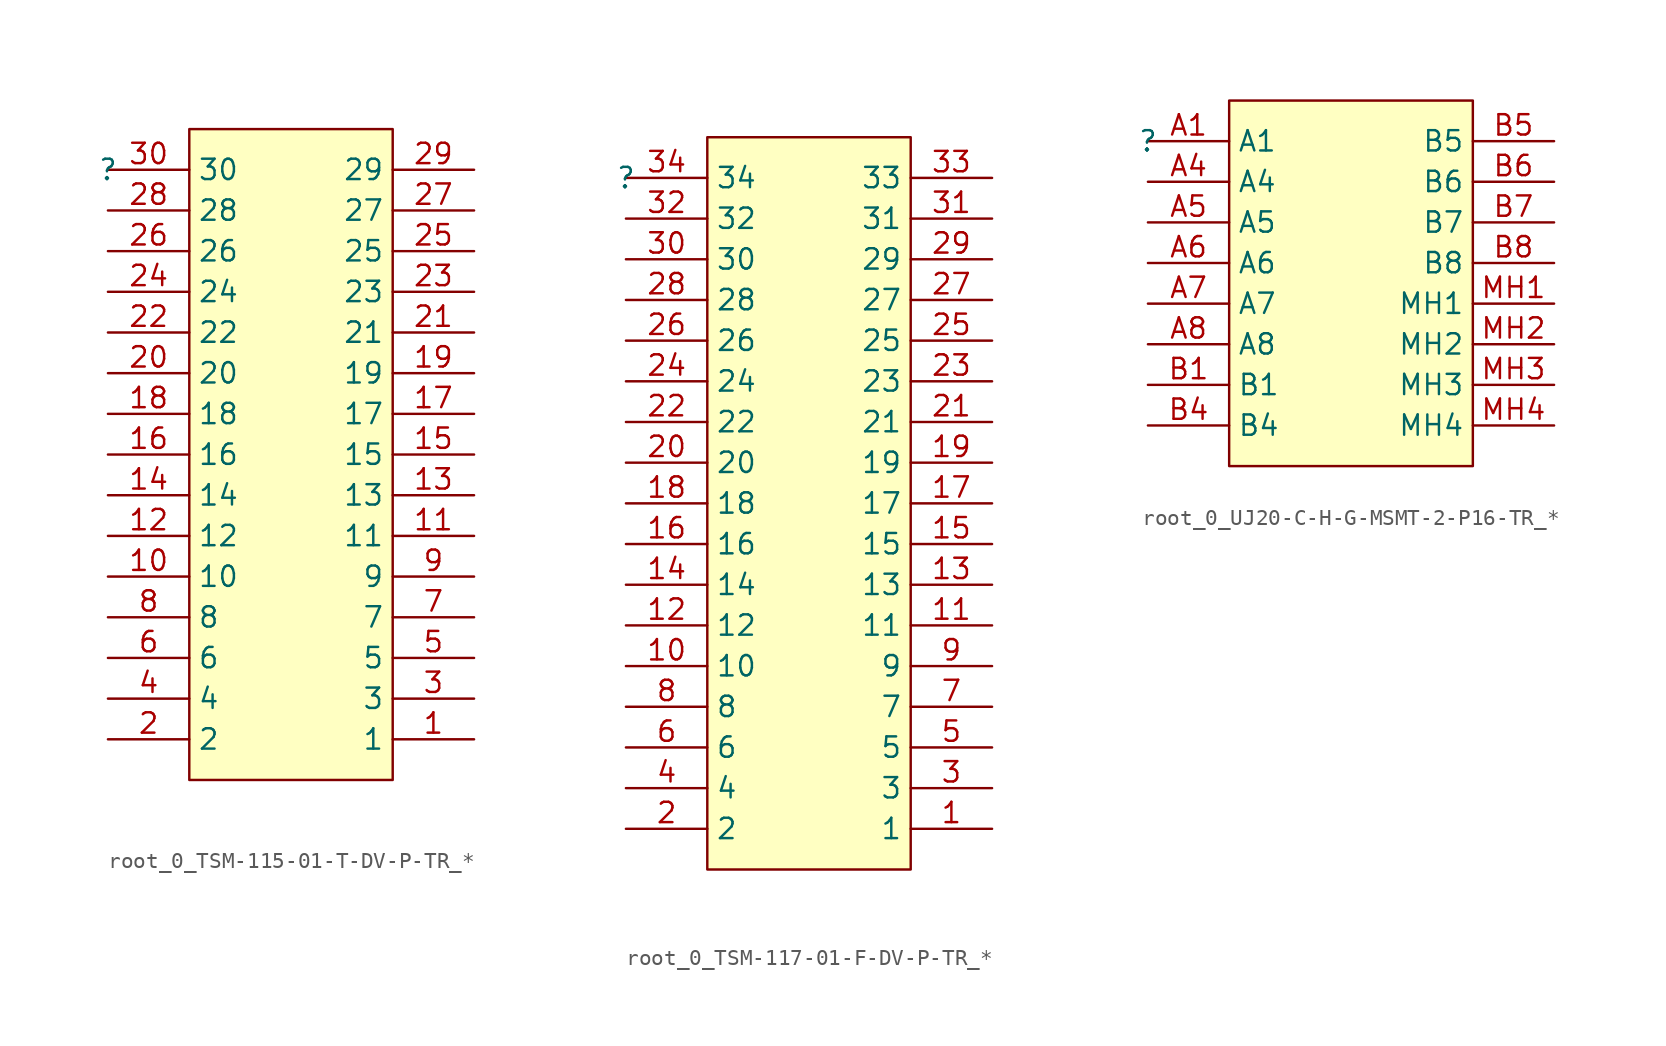
<source format=kicad_sym>
(kicad_symbol_lib
  (version 20241209)
  (generator "kicad_symbol_editor")
  (generator_version "9.0")
  (symbol "root_0_TSM-115-01-T-DV-P-TR_*"
    (property "Reference" ""
      (at 0 0 0)
      (effects (font (size 1.27 1.27))))
    (property "Value" ""
      (at 0 0 0)
      (effects (font (size 1.27 1.27))))
    (symbol "root_0_TSM-115-01-T-DV-P-TR_*_1_0"
      (rectangle (start 17.78 2.54) (end 5.08 -38.1) (stroke (width 0) (type solid) (color 128 0 0 1)) (fill (type background)))
      (pin passive line (at 0 0 0) (length 5.08) (name "30" (effects (font (size 1.27 1.27)))) (number "30" (effects (font (size 1.27 1.27)))))
      (pin passive line (at 0 -2.54 0) (length 5.08) (name "28" (effects (font (size 1.27 1.27)))) (number "28" (effects (font (size 1.27 1.27)))))
      (pin passive line (at 0 -5.08 0) (length 5.08) (name "26" (effects (font (size 1.27 1.27)))) (number "26" (effects (font (size 1.27 1.27)))))
      (pin passive line (at 0 -7.62 0) (length 5.08) (name "24" (effects (font (size 1.27 1.27)))) (number "24" (effects (font (size 1.27 1.27)))))
      (pin passive line (at 0 -10.16 0) (length 5.08) (name "22" (effects (font (size 1.27 1.27)))) (number "22" (effects (font (size 1.27 1.27)))))
      (pin passive line (at 0 -12.7 0) (length 5.08) (name "20" (effects (font (size 1.27 1.27)))) (number "20" (effects (font (size 1.27 1.27)))))
      (pin passive line (at 0 -15.24 0) (length 5.08) (name "18" (effects (font (size 1.27 1.27)))) (number "18" (effects (font (size 1.27 1.27)))))
      (pin passive line (at 0 -17.78 0) (length 5.08) (name "16" (effects (font (size 1.27 1.27)))) (number "16" (effects (font (size 1.27 1.27)))))
      (pin passive line (at 0 -20.32 0) (length 5.08) (name "14" (effects (font (size 1.27 1.27)))) (number "14" (effects (font (size 1.27 1.27)))))
      (pin passive line (at 0 -22.86 0) (length 5.08) (name "12" (effects (font (size 1.27 1.27)))) (number "12" (effects (font (size 1.27 1.27)))))
      (pin passive line (at 0 -25.4 0) (length 5.08) (name "10" (effects (font (size 1.27 1.27)))) (number "10" (effects (font (size 1.27 1.27)))))
      (pin passive line (at 0 -27.94 0) (length 5.08) (name "8" (effects (font (size 1.27 1.27)))) (number "8" (effects (font (size 1.27 1.27)))))
      (pin passive line (at 0 -30.48 0) (length 5.08) (name "6" (effects (font (size 1.27 1.27)))) (number "6" (effects (font (size 1.27 1.27)))))
      (pin passive line (at 0 -33.02 0) (length 5.08) (name "4" (effects (font (size 1.27 1.27)))) (number "4" (effects (font (size 1.27 1.27)))))
      (pin passive line (at 0 -35.56 0) (length 5.08) (name "2" (effects (font (size 1.27 1.27)))) (number "2" (effects (font (size 1.27 1.27)))))
      (pin passive line (at 22.86 0 180) (length 5.08) (name "29" (effects (font (size 1.27 1.27)))) (number "29" (effects (font (size 1.27 1.27)))))
      (pin passive line (at 22.86 -2.54 180) (length 5.08) (name "27" (effects (font (size 1.27 1.27)))) (number "27" (effects (font (size 1.27 1.27)))))
      (pin passive line (at 22.86 -5.08 180) (length 5.08) (name "25" (effects (font (size 1.27 1.27)))) (number "25" (effects (font (size 1.27 1.27)))))
      (pin passive line (at 22.86 -7.62 180) (length 5.08) (name "23" (effects (font (size 1.27 1.27)))) (number "23" (effects (font (size 1.27 1.27)))))
      (pin passive line (at 22.86 -10.16 180) (length 5.08) (name "21" (effects (font (size 1.27 1.27)))) (number "21" (effects (font (size 1.27 1.27)))))
      (pin passive line (at 22.86 -12.7 180) (length 5.08) (name "19" (effects (font (size 1.27 1.27)))) (number "19" (effects (font (size 1.27 1.27)))))
      (pin passive line (at 22.86 -15.24 180) (length 5.08) (name "17" (effects (font (size 1.27 1.27)))) (number "17" (effects (font (size 1.27 1.27)))))
      (pin passive line (at 22.86 -17.78 180) (length 5.08) (name "15" (effects (font (size 1.27 1.27)))) (number "15" (effects (font (size 1.27 1.27)))))
      (pin passive line (at 22.86 -20.32 180) (length 5.08) (name "13" (effects (font (size 1.27 1.27)))) (number "13" (effects (font (size 1.27 1.27)))))
      (pin passive line (at 22.86 -22.86 180) (length 5.08) (name "11" (effects (font (size 1.27 1.27)))) (number "11" (effects (font (size 1.27 1.27)))))
      (pin passive line (at 22.86 -25.4 180) (length 5.08) (name "9" (effects (font (size 1.27 1.27)))) (number "9" (effects (font (size 1.27 1.27)))))
      (pin passive line (at 22.86 -27.94 180) (length 5.08) (name "7" (effects (font (size 1.27 1.27)))) (number "7" (effects (font (size 1.27 1.27)))))
      (pin passive line (at 22.86 -30.48 180) (length 5.08) (name "5" (effects (font (size 1.27 1.27)))) (number "5" (effects (font (size 1.27 1.27)))))
      (pin passive line (at 22.86 -33.02 180) (length 5.08) (name "3" (effects (font (size 1.27 1.27)))) (number "3" (effects (font (size 1.27 1.27)))))
      (pin passive line (at 22.86 -35.56 180) (length 5.08) (name "1" (effects (font (size 1.27 1.27)))) (number "1" (effects (font (size 1.27 1.27)))))))
  (symbol "root_0_TSM-117-01-F-DV-P-TR_*"
    (property "Reference" ""
      (at 0 0 0)
      (effects (font (size 1.27 1.27))))
    (property "Value" ""
      (at 0 0 0)
      (effects (font (size 1.27 1.27))))
    (symbol "root_0_TSM-117-01-F-DV-P-TR_*_1_0"
      (rectangle (start 17.78 2.54) (end 5.08 -43.18) (stroke (width 0) (type solid) (color 128 0 0 1)) (fill (type background)))
      (pin passive line (at 0 0 0) (length 5.08) (name "34" (effects (font (size 1.27 1.27)))) (number "34" (effects (font (size 1.27 1.27)))))
      (pin passive line (at 0 -2.54 0) (length 5.08) (name "32" (effects (font (size 1.27 1.27)))) (number "32" (effects (font (size 1.27 1.27)))))
      (pin passive line (at 0 -5.08 0) (length 5.08) (name "30" (effects (font (size 1.27 1.27)))) (number "30" (effects (font (size 1.27 1.27)))))
      (pin passive line (at 0 -7.62 0) (length 5.08) (name "28" (effects (font (size 1.27 1.27)))) (number "28" (effects (font (size 1.27 1.27)))))
      (pin passive line (at 0 -10.16 0) (length 5.08) (name "26" (effects (font (size 1.27 1.27)))) (number "26" (effects (font (size 1.27 1.27)))))
      (pin passive line (at 0 -12.7 0) (length 5.08) (name "24" (effects (font (size 1.27 1.27)))) (number "24" (effects (font (size 1.27 1.27)))))
      (pin passive line (at 0 -15.24 0) (length 5.08) (name "22" (effects (font (size 1.27 1.27)))) (number "22" (effects (font (size 1.27 1.27)))))
      (pin passive line (at 0 -17.78 0) (length 5.08) (name "20" (effects (font (size 1.27 1.27)))) (number "20" (effects (font (size 1.27 1.27)))))
      (pin passive line (at 0 -20.32 0) (length 5.08) (name "18" (effects (font (size 1.27 1.27)))) (number "18" (effects (font (size 1.27 1.27)))))
      (pin passive line (at 0 -22.86 0) (length 5.08) (name "16" (effects (font (size 1.27 1.27)))) (number "16" (effects (font (size 1.27 1.27)))))
      (pin passive line (at 0 -25.4 0) (length 5.08) (name "14" (effects (font (size 1.27 1.27)))) (number "14" (effects (font (size 1.27 1.27)))))
      (pin passive line (at 0 -27.94 0) (length 5.08) (name "12" (effects (font (size 1.27 1.27)))) (number "12" (effects (font (size 1.27 1.27)))))
      (pin passive line (at 0 -30.48 0) (length 5.08) (name "10" (effects (font (size 1.27 1.27)))) (number "10" (effects (font (size 1.27 1.27)))))
      (pin passive line (at 0 -33.02 0) (length 5.08) (name "8" (effects (font (size 1.27 1.27)))) (number "8" (effects (font (size 1.27 1.27)))))
      (pin passive line (at 0 -35.56 0) (length 5.08) (name "6" (effects (font (size 1.27 1.27)))) (number "6" (effects (font (size 1.27 1.27)))))
      (pin passive line (at 0 -38.1 0) (length 5.08) (name "4" (effects (font (size 1.27 1.27)))) (number "4" (effects (font (size 1.27 1.27)))))
      (pin passive line (at 0 -40.64 0) (length 5.08) (name "2" (effects (font (size 1.27 1.27)))) (number "2" (effects (font (size 1.27 1.27)))))
      (pin passive line (at 22.86 0 180) (length 5.08) (name "33" (effects (font (size 1.27 1.27)))) (number "33" (effects (font (size 1.27 1.27)))))
      (pin passive line (at 22.86 -2.54 180) (length 5.08) (name "31" (effects (font (size 1.27 1.27)))) (number "31" (effects (font (size 1.27 1.27)))))
      (pin passive line (at 22.86 -5.08 180) (length 5.08) (name "29" (effects (font (size 1.27 1.27)))) (number "29" (effects (font (size 1.27 1.27)))))
      (pin passive line (at 22.86 -7.62 180) (length 5.08) (name "27" (effects (font (size 1.27 1.27)))) (number "27" (effects (font (size 1.27 1.27)))))
      (pin passive line (at 22.86 -10.16 180) (length 5.08) (name "25" (effects (font (size 1.27 1.27)))) (number "25" (effects (font (size 1.27 1.27)))))
      (pin passive line (at 22.86 -12.7 180) (length 5.08) (name "23" (effects (font (size 1.27 1.27)))) (number "23" (effects (font (size 1.27 1.27)))))
      (pin passive line (at 22.86 -15.24 180) (length 5.08) (name "21" (effects (font (size 1.27 1.27)))) (number "21" (effects (font (size 1.27 1.27)))))
      (pin passive line (at 22.86 -17.78 180) (length 5.08) (name "19" (effects (font (size 1.27 1.27)))) (number "19" (effects (font (size 1.27 1.27)))))
      (pin passive line (at 22.86 -20.32 180) (length 5.08) (name "17" (effects (font (size 1.27 1.27)))) (number "17" (effects (font (size 1.27 1.27)))))
      (pin passive line (at 22.86 -22.86 180) (length 5.08) (name "15" (effects (font (size 1.27 1.27)))) (number "15" (effects (font (size 1.27 1.27)))))
      (pin passive line (at 22.86 -25.4 180) (length 5.08) (name "13" (effects (font (size 1.27 1.27)))) (number "13" (effects (font (size 1.27 1.27)))))
      (pin passive line (at 22.86 -27.94 180) (length 5.08) (name "11" (effects (font (size 1.27 1.27)))) (number "11" (effects (font (size 1.27 1.27)))))
      (pin passive line (at 22.86 -30.48 180) (length 5.08) (name "9" (effects (font (size 1.27 1.27)))) (number "9" (effects (font (size 1.27 1.27)))))
      (pin passive line (at 22.86 -33.02 180) (length 5.08) (name "7" (effects (font (size 1.27 1.27)))) (number "7" (effects (font (size 1.27 1.27)))))
      (pin passive line (at 22.86 -35.56 180) (length 5.08) (name "5" (effects (font (size 1.27 1.27)))) (number "5" (effects (font (size 1.27 1.27)))))
      (pin passive line (at 22.86 -38.1 180) (length 5.08) (name "3" (effects (font (size 1.27 1.27)))) (number "3" (effects (font (size 1.27 1.27)))))
      (pin passive line (at 22.86 -40.64 180) (length 5.08) (name "1" (effects (font (size 1.27 1.27)))) (number "1" (effects (font (size 1.27 1.27)))))))
  (symbol "root_0_UJ20-C-H-G-MSMT-2-P16-TR_*"
    (property "Reference" ""
      (at 0 0 0)
      (effects (font (size 1.27 1.27))))
    (property "Value" ""
      (at 0 0 0)
      (effects (font (size 1.27 1.27))))
    (symbol "root_0_UJ20-C-H-G-MSMT-2-P16-TR_*_1_0"
      (rectangle (start 20.32 2.54) (end 5.08 -20.32) (stroke (width 0) (type solid) (color 128 0 0 1)) (fill (type background)))
      (pin passive line (at 0 0 0) (length 5.08) (name "A1" (effects (font (size 1.27 1.27)))) (number "A1" (effects (font (size 1.27 1.27)))))
      (pin passive line (at 0 -2.54 0) (length 5.08) (name "A4" (effects (font (size 1.27 1.27)))) (number "A4" (effects (font (size 1.27 1.27)))))
      (pin passive line (at 0 -5.08 0) (length 5.08) (name "A5" (effects (font (size 1.27 1.27)))) (number "A5" (effects (font (size 1.27 1.27)))))
      (pin passive line (at 0 -7.62 0) (length 5.08) (name "A6" (effects (font (size 1.27 1.27)))) (number "A6" (effects (font (size 1.27 1.27)))))
      (pin passive line (at 0 -10.16 0) (length 5.08) (name "A7" (effects (font (size 1.27 1.27)))) (number "A7" (effects (font (size 1.27 1.27)))))
      (pin passive line (at 0 -12.7 0) (length 5.08) (name "A8" (effects (font (size 1.27 1.27)))) (number "A8" (effects (font (size 1.27 1.27)))))
      (pin passive line (at 0 -15.24 0) (length 5.08) (name "B1" (effects (font (size 1.27 1.27)))) (number "B1" (effects (font (size 1.27 1.27)))))
      (pin passive line (at 0 -17.78 0) (length 5.08) (name "B4" (effects (font (size 1.27 1.27)))) (number "B4" (effects (font (size 1.27 1.27)))))
      (pin passive line (at 25.4 0 180) (length 5.08) (name "B5" (effects (font (size 1.27 1.27)))) (number "B5" (effects (font (size 1.27 1.27)))))
      (pin passive line (at 25.4 -2.54 180) (length 5.08) (name "B6" (effects (font (size 1.27 1.27)))) (number "B6" (effects (font (size 1.27 1.27)))))
      (pin passive line (at 25.4 -5.08 180) (length 5.08) (name "B7" (effects (font (size 1.27 1.27)))) (number "B7" (effects (font (size 1.27 1.27)))))
      (pin passive line (at 25.4 -7.62 180) (length 5.08) (name "B8" (effects (font (size 1.27 1.27)))) (number "B8" (effects (font (size 1.27 1.27)))))
      (pin passive line (at 25.4 -10.16 180) (length 5.08) (name "MH1" (effects (font (size 1.27 1.27)))) (number "MH1" (effects (font (size 1.27 1.27)))))
      (pin passive line (at 25.4 -12.7 180) (length 5.08) (name "MH2" (effects (font (size 1.27 1.27)))) (number "MH2" (effects (font (size 1.27 1.27)))))
      (pin passive line (at 25.4 -15.24 180) (length 5.08) (name "MH3" (effects (font (size 1.27 1.27)))) (number "MH3" (effects (font (size 1.27 1.27)))))
      (pin passive line (at 25.4 -17.78 180) (length 5.08) (name "MH4" (effects (font (size 1.27 1.27)))) (number "MH4" (effects (font (size 1.27 1.27))))))))
</source>
